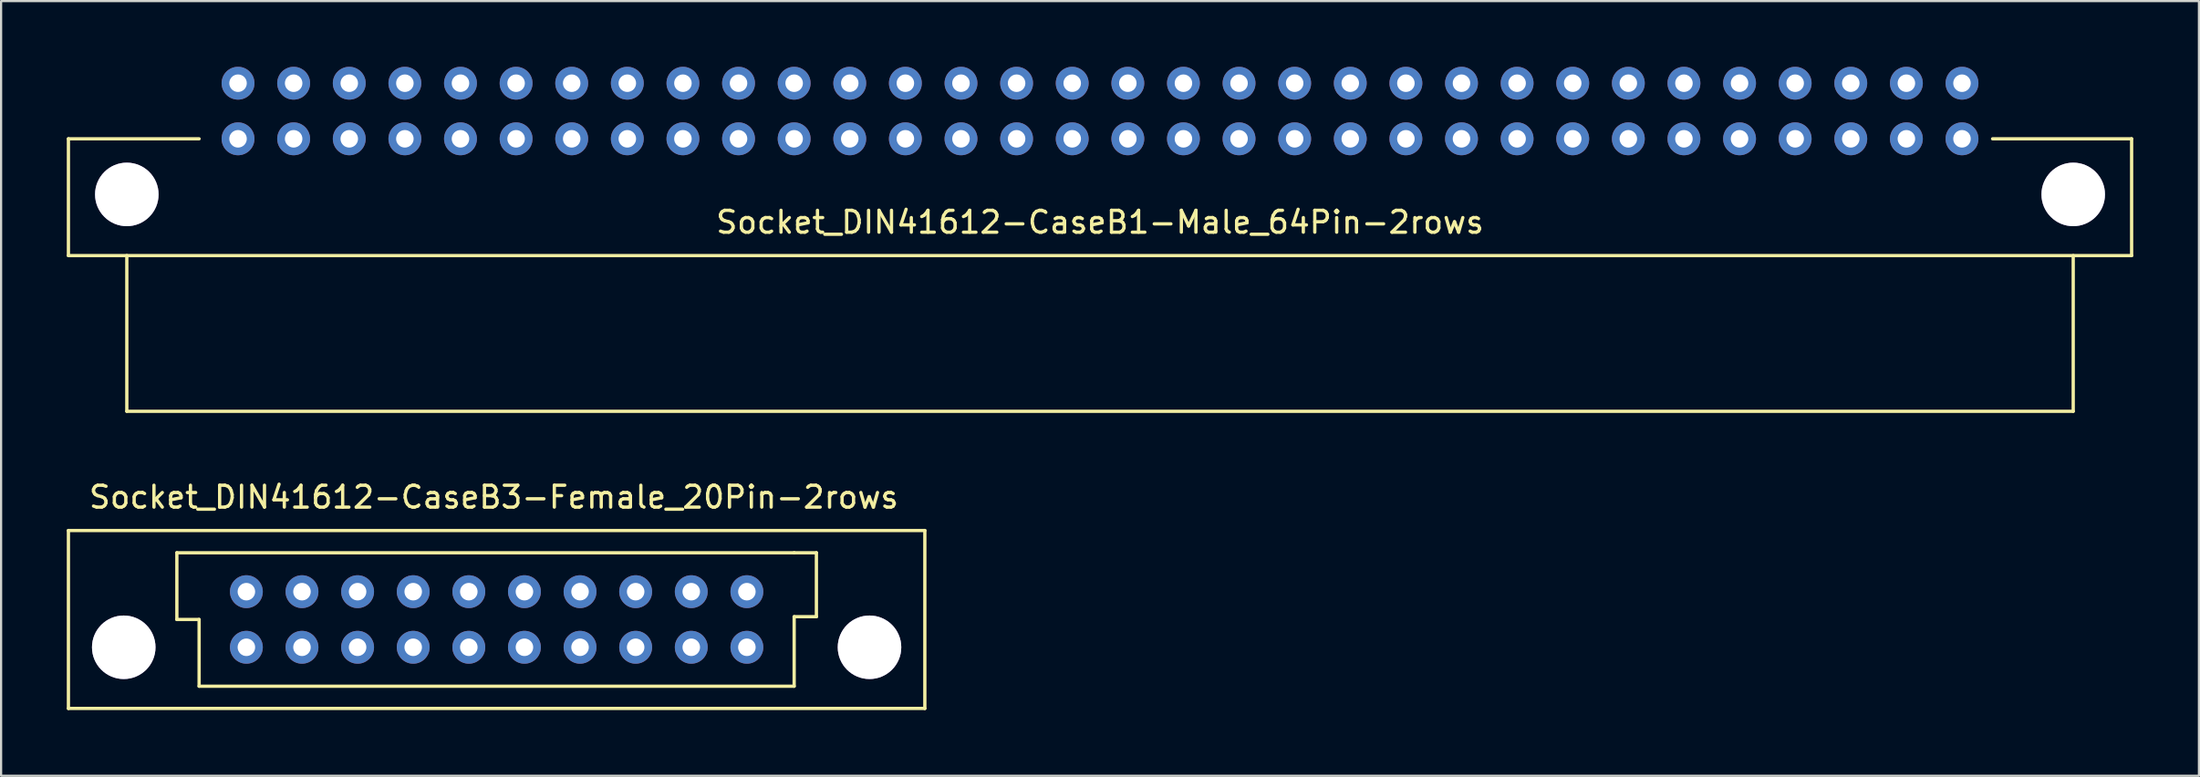
<source format=kicad_pcb>
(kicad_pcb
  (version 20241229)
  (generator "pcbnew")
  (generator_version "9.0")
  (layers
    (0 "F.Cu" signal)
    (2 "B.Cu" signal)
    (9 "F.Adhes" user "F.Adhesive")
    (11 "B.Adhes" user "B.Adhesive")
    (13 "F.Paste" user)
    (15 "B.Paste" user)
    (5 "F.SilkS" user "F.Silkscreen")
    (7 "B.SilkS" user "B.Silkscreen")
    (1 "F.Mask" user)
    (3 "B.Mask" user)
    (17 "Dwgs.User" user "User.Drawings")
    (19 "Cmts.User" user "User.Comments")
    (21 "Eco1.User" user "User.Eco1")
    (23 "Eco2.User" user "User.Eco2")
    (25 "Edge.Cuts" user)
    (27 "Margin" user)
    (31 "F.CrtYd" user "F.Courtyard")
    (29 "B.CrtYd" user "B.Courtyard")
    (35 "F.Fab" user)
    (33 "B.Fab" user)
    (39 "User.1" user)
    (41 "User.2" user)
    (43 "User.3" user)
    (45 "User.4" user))
  (footprint "Socket_DIN41612-CaseB1-Male_64Pin-2rows"
    (layer "F.Cu")
    (at 47.192 2.021)
    (property "Reference" "Socket_DIN41612-CaseB1-Male_64Pin-2rows" (at 0 5.08 0) (layer "F.SilkS") (effects (font (size 1 1) (thickness 0.15))))
    (attr through_hole)
    (fp_line (start -47.117 1.27) (end -41.148 1.27) (stroke (width 0.15) (type solid)) (layer "F.SilkS"))
    (fp_line (start -47.117 6.604) (end -47.117 1.27) (stroke (width 0.15) (type solid)) (layer "F.SilkS"))
    (fp_line (start -44.45 13.716) (end -44.45 6.604) (stroke (width 0.15) (type solid)) (layer "F.SilkS"))
    (fp_line (start 44.45 6.604) (end 44.45 13.716) (stroke (width 0.15) (type solid)) (layer "F.SilkS"))
    (fp_line (start 44.45 13.716) (end -44.45 13.716) (stroke (width 0.15) (type solid)) (layer "F.SilkS"))
    (fp_line (start 47.117 1.27) (end 40.767 1.27) (stroke (width 0.15) (type solid)) (layer "F.SilkS"))
    (fp_line (start 47.117 1.27) (end 47.117 6.604) (stroke (width 0.15) (type solid)) (layer "F.SilkS"))
    (fp_line (start 47.117 6.604) (end -47.117 6.604) (stroke (width 0.15) (type solid)) (layer "F.SilkS"))
    (pad "1" thru_hole circle (at -44.45 3.81) (size 2.901 2.901) (drill 2.901) (layers "*.Cu" "*.Mask"))
    (pad "1" thru_hole circle (at 44.45 3.81) (size 2.901 2.901) (drill 2.901) (layers "*.Cu" "*.Mask"))
    (pad "1a" thru_hole circle (at 39.37 -1.27 180) (size 1.501 1.501) (drill 0.8) (layers "*.Cu" "*.Mask"))
    (pad "1b" thru_hole circle (at 39.37 1.27 180) (size 1.501 1.501) (drill 0.8) (layers "*.Cu" "*.Mask"))
    (pad "2a" thru_hole circle (at 36.83 -1.27 180) (size 1.501 1.501) (drill 0.8) (layers "*.Cu" "*.Mask"))
    (pad "2b" thru_hole circle (at 36.83 1.27 180) (size 1.501 1.501) (drill 0.8) (layers "*.Cu" "*.Mask"))
    (pad "3a" thru_hole circle (at 34.29 -1.27 180) (size 1.501 1.501) (drill 0.8) (layers "*.Cu" "*.Mask"))
    (pad "3b" thru_hole circle (at 34.29 1.27 180) (size 1.501 1.501) (drill 0.8) (layers "*.Cu" "*.Mask"))
    (pad "4a" thru_hole circle (at 31.75 -1.27 180) (size 1.501 1.501) (drill 0.8) (layers "*.Cu" "*.Mask"))
    (pad "4b" thru_hole circle (at 31.75 1.27 180) (size 1.501 1.501) (drill 0.8) (layers "*.Cu" "*.Mask"))
    (pad "5a" thru_hole circle (at 29.21 -1.27 180) (size 1.501 1.501) (drill 0.8) (layers "*.Cu" "*.Mask"))
    (pad "5b" thru_hole circle (at 29.21 1.27 180) (size 1.501 1.501) (drill 0.8) (layers "*.Cu" "*.Mask"))
    (pad "6a" thru_hole circle (at 26.67 -1.27 180) (size 1.501 1.501) (drill 0.8) (layers "*.Cu" "*.Mask"))
    (pad "6b" thru_hole circle (at 26.67 1.27 180) (size 1.501 1.501) (drill 0.8) (layers "*.Cu" "*.Mask"))
    (pad "7a" thru_hole circle (at 24.13 -1.27 180) (size 1.501 1.501) (drill 0.8) (layers "*.Cu" "*.Mask"))
    (pad "7b" thru_hole circle (at 24.13 1.27 180) (size 1.501 1.501) (drill 0.8) (layers "*.Cu" "*.Mask"))
    (pad "8a" thru_hole circle (at 21.59 -1.27 180) (size 1.501 1.501) (drill 0.8) (layers "*.Cu" "*.Mask"))
    (pad "8b" thru_hole circle (at 21.59 1.27 180) (size 1.501 1.501) (drill 0.8) (layers "*.Cu" "*.Mask"))
    (pad "9a" thru_hole circle (at 19.05 -1.27 180) (size 1.501 1.501) (drill 0.8) (layers "*.Cu" "*.Mask"))
    (pad "9b" thru_hole circle (at 19.05 1.27 180) (size 1.501 1.501) (drill 0.8) (layers "*.Cu" "*.Mask"))
    (pad "10a" thru_hole circle (at 16.51 -1.27 180) (size 1.501 1.501) (drill 0.8) (layers "*.Cu" "*.Mask"))
    (pad "10b" thru_hole circle (at 16.51 1.27 180) (size 1.501 1.501) (drill 0.8) (layers "*.Cu" "*.Mask"))
    (pad "11a" thru_hole circle (at 13.97 -1.27 180) (size 1.501 1.501) (drill 0.8) (layers "*.Cu" "*.Mask"))
    (pad "11b" thru_hole circle (at 13.97 1.27 180) (size 1.501 1.501) (drill 0.8) (layers "*.Cu" "*.Mask"))
    (pad "12a" thru_hole circle (at 11.43 -1.27 180) (size 1.501 1.501) (drill 0.8) (layers "*.Cu" "*.Mask"))
    (pad "12b" thru_hole circle (at 11.43 1.27 180) (size 1.501 1.501) (drill 0.8) (layers "*.Cu" "*.Mask"))
    (pad "13a" thru_hole circle (at 8.89 -1.27 180) (size 1.501 1.501) (drill 0.8) (layers "*.Cu" "*.Mask"))
    (pad "13b" thru_hole circle (at 8.89 1.27 180) (size 1.501 1.501) (drill 0.8) (layers "*.Cu" "*.Mask"))
    (pad "14a" thru_hole circle (at 6.35 -1.27 180) (size 1.501 1.501) (drill 0.8) (layers "*.Cu" "*.Mask"))
    (pad "14b" thru_hole circle (at 6.35 1.27 180) (size 1.501 1.501) (drill 0.8) (layers "*.Cu" "*.Mask"))
    (pad "15a" thru_hole circle (at 3.81 -1.27 180) (size 1.501 1.501) (drill 0.8) (layers "*.Cu" "*.Mask"))
    (pad "15b" thru_hole circle (at 3.81 1.27 180) (size 1.501 1.501) (drill 0.8) (layers "*.Cu" "*.Mask"))
    (pad "16a" thru_hole circle (at 1.27 -1.27 180) (size 1.501 1.501) (drill 0.8) (layers "*.Cu" "*.Mask"))
    (pad "16b" thru_hole circle (at 1.27 1.27 180) (size 1.501 1.501) (drill 0.8) (layers "*.Cu" "*.Mask"))
    (pad "17a" thru_hole circle (at -1.27 -1.27 180) (size 1.501 1.501) (drill 0.8) (layers "*.Cu" "*.Mask"))
    (pad "17b" thru_hole circle (at -1.27 1.27 180) (size 1.501 1.501) (drill 0.8) (layers "*.Cu" "*.Mask"))
    (pad "18a" thru_hole circle (at -3.81 -1.27 180) (size 1.501 1.501) (drill 0.8) (layers "*.Cu" "*.Mask"))
    (pad "18b" thru_hole circle (at -3.81 1.27 180) (size 1.501 1.501) (drill 0.8) (layers "*.Cu" "*.Mask"))
    (pad "19a" thru_hole circle (at -6.35 -1.27 180) (size 1.501 1.501) (drill 0.8) (layers "*.Cu" "*.Mask"))
    (pad "19b" thru_hole circle (at -6.35 1.27 180) (size 1.501 1.501) (drill 0.8) (layers "*.Cu" "*.Mask"))
    (pad "20a" thru_hole circle (at -8.89 -1.27 180) (size 1.501 1.501) (drill 0.8) (layers "*.Cu" "*.Mask"))
    (pad "20b" thru_hole circle (at -8.89 1.27 180) (size 1.501 1.501) (drill 0.8) (layers "*.Cu" "*.Mask"))
    (pad "21a" thru_hole circle (at -11.43 -1.27 180) (size 1.501 1.501) (drill 0.8) (layers "*.Cu" "*.Mask"))
    (pad "21b" thru_hole circle (at -11.43 1.27 180) (size 1.501 1.501) (drill 0.8) (layers "*.Cu" "*.Mask"))
    (pad "22a" thru_hole circle (at -13.97 -1.27 180) (size 1.501 1.501) (drill 0.8) (layers "*.Cu" "*.Mask"))
    (pad "22b" thru_hole circle (at -13.97 1.27 180) (size 1.501 1.501) (drill 0.8) (layers "*.Cu" "*.Mask"))
    (pad "23a" thru_hole circle (at -16.51 -1.27 180) (size 1.501 1.501) (drill 0.8) (layers "*.Cu" "*.Mask"))
    (pad "23b" thru_hole circle (at -16.51 1.27 180) (size 1.501 1.501) (drill 0.8) (layers "*.Cu" "*.Mask"))
    (pad "24a" thru_hole circle (at -19.05 -1.27 180) (size 1.501 1.501) (drill 0.8) (layers "*.Cu" "*.Mask"))
    (pad "24b" thru_hole circle (at -19.05 1.27 180) (size 1.501 1.501) (drill 0.8) (layers "*.Cu" "*.Mask"))
    (pad "25a" thru_hole circle (at -21.59 -1.27 180) (size 1.501 1.501) (drill 0.8) (layers "*.Cu" "*.Mask"))
    (pad "25b" thru_hole circle (at -21.59 1.27 180) (size 1.501 1.501) (drill 0.8) (layers "*.Cu" "*.Mask"))
    (pad "26a" thru_hole circle (at -24.13 -1.27 180) (size 1.501 1.501) (drill 0.8) (layers "*.Cu" "*.Mask"))
    (pad "26b" thru_hole circle (at -24.13 1.27 180) (size 1.501 1.501) (drill 0.8) (layers "*.Cu" "*.Mask"))
    (pad "27a" thru_hole circle (at -26.67 -1.27 180) (size 1.501 1.501) (drill 0.8) (layers "*.Cu" "*.Mask"))
    (pad "27b" thru_hole circle (at -26.67 1.27 180) (size 1.501 1.501) (drill 0.8) (layers "*.Cu" "*.Mask"))
    (pad "28a" thru_hole circle (at -29.21 -1.27 180) (size 1.501 1.501) (drill 0.8) (layers "*.Cu" "*.Mask"))
    (pad "28b" thru_hole circle (at -29.21 1.27 180) (size 1.501 1.501) (drill 0.8) (layers "*.Cu" "*.Mask"))
    (pad "29a" thru_hole circle (at -31.75 -1.27 180) (size 1.501 1.501) (drill 0.8) (layers "*.Cu" "*.Mask"))
    (pad "29b" thru_hole circle (at -31.75 1.27 180) (size 1.501 1.501) (drill 0.8) (layers "*.Cu" "*.Mask"))
    (pad "30a" thru_hole circle (at -34.29 -1.27 180) (size 1.501 1.501) (drill 0.8) (layers "*.Cu" "*.Mask"))
    (pad "30b" thru_hole circle (at -34.29 1.27 180) (size 1.501 1.501) (drill 0.8) (layers "*.Cu" "*.Mask"))
    (pad "31a" thru_hole circle (at -36.83 -1.27 180) (size 1.501 1.501) (drill 0.8) (layers "*.Cu" "*.Mask"))
    (pad "31b" thru_hole circle (at -36.83 1.27 180) (size 1.501 1.501) (drill 0.8) (layers "*.Cu" "*.Mask"))
    (pad "32a" thru_hole circle (at -39.37 -1.27 180) (size 1.501 1.501) (drill 0.8) (layers "*.Cu" "*.Mask"))
    (pad "32b" thru_hole circle (at -39.37 1.27 180) (size 1.501 1.501) (drill 0.8) (layers "*.Cu" "*.Mask")))
  (footprint "Socket_DIN41612-CaseB3-Female_20Pin-2rows"
    (layer "F.Cu")
    (at 19.633 25.248)
    (property "Reference" "Socket_DIN41612-CaseB3-Female_20Pin-2rows" (at -0.127 -5.588 0) (layer "F.SilkS") (effects (font (size 1 1) (thickness 0.15))))
    (attr through_hole)
    (fp_line (start -19.558 -4.064) (end -19.558 4.064) (stroke (width 0.15) (type solid)) (layer "F.SilkS"))
    (fp_line (start -19.558 4.064) (end 19.558 4.064) (stroke (width 0.15) (type solid)) (layer "F.SilkS"))
    (fp_line (start -14.605 0) (end -14.605 -3.048) (stroke (width 0.15) (type solid)) (layer "F.SilkS"))
    (fp_line (start -13.589 0) (end -14.605 0) (stroke (width 0.15) (type solid)) (layer "F.SilkS"))
    (fp_line (start -13.589 3.048) (end -13.589 0) (stroke (width 0.15) (type solid)) (layer "F.SilkS"))
    (fp_line (start -13.589 3.048) (end 13.589 3.048) (stroke (width 0.15) (type solid)) (layer "F.SilkS"))
    (fp_line (start 13.589 -3.048) (end -14.605 -3.048) (stroke (width 0.15) (type solid)) (layer "F.SilkS"))
    (fp_line (start 13.589 -0.127) (end 14.605 -0.127) (stroke (width 0.15) (type solid)) (layer "F.SilkS"))
    (fp_line (start 13.589 3.048) (end 13.589 -0.127) (stroke (width 0.15) (type solid)) (layer "F.SilkS"))
    (fp_line (start 14.605 -3.048) (end 13.589 -3.048) (stroke (width 0.15) (type solid)) (layer "F.SilkS"))
    (fp_line (start 14.605 -0.127) (end 14.605 -3.048) (stroke (width 0.15) (type solid)) (layer "F.SilkS"))
    (fp_line (start 19.558 -4.064) (end -19.558 -4.064) (stroke (width 0.15) (type solid)) (layer "F.SilkS"))
    (fp_line (start 19.558 4.064) (end 19.558 -4.064) (stroke (width 0.15) (type solid)) (layer "F.SilkS"))
    (pad "1" thru_hole circle (at -17.031 1.27) (size 2.901 2.901) (drill 2.901) (layers "*.Cu" "*.Mask"))
    (pad "1" thru_hole circle (at 17.031 1.27) (size 2.901 2.901) (drill 2.901) (layers "*.Cu" "*.Mask"))
    (pad "1a" thru_hole circle (at 11.43 -1.27 180) (size 1.501 1.501) (drill 0.8) (layers "*.Cu" "*.Mask"))
    (pad "1b" thru_hole circle (at 11.43 1.27 180) (size 1.501 1.501) (drill 0.8) (layers "*.Cu" "*.Mask"))
    (pad "2a" thru_hole circle (at 8.89 -1.27 180) (size 1.501 1.501) (drill 0.8) (layers "*.Cu" "*.Mask"))
    (pad "2b" thru_hole circle (at 8.89 1.27 180) (size 1.501 1.501) (drill 0.8) (layers "*.Cu" "*.Mask"))
    (pad "3a" thru_hole circle (at 6.35 -1.27 180) (size 1.501 1.501) (drill 0.8) (layers "*.Cu" "*.Mask"))
    (pad "3b" thru_hole circle (at 6.35 1.27 180) (size 1.501 1.501) (drill 0.8) (layers "*.Cu" "*.Mask"))
    (pad "4a" thru_hole circle (at 3.81 -1.27 180) (size 1.501 1.501) (drill 0.8) (layers "*.Cu" "*.Mask"))
    (pad "4b" thru_hole circle (at 3.81 1.27 180) (size 1.501 1.501) (drill 0.8) (layers "*.Cu" "*.Mask"))
    (pad "5a" thru_hole circle (at 1.27 -1.27 180) (size 1.501 1.501) (drill 0.8) (layers "*.Cu" "*.Mask"))
    (pad "5b" thru_hole circle (at 1.27 1.27 180) (size 1.501 1.501) (drill 0.8) (layers "*.Cu" "*.Mask"))
    (pad "6a" thru_hole circle (at -1.27 -1.27 180) (size 1.501 1.501) (drill 0.8) (layers "*.Cu" "*.Mask"))
    (pad "6b" thru_hole circle (at -1.27 1.27 180) (size 1.501 1.501) (drill 0.8) (layers "*.Cu" "*.Mask"))
    (pad "7a" thru_hole circle (at -3.81 -1.27 180) (size 1.501 1.501) (drill 0.8) (layers "*.Cu" "*.Mask"))
    (pad "7b" thru_hole circle (at -3.81 1.27 180) (size 1.501 1.501) (drill 0.8) (layers "*.Cu" "*.Mask"))
    (pad "8a" thru_hole circle (at -6.35 -1.27 180) (size 1.501 1.501) (drill 0.8) (layers "*.Cu" "*.Mask"))
    (pad "8b" thru_hole circle (at -6.35 1.27 180) (size 1.501 1.501) (drill 0.8) (layers "*.Cu" "*.Mask"))
    (pad "9a" thru_hole circle (at -8.89 -1.27 180) (size 1.501 1.501) (drill 0.8) (layers "*.Cu" "*.Mask"))
    (pad "9b" thru_hole circle (at -8.89 1.27 180) (size 1.501 1.501) (drill 0.8) (layers "*.Cu" "*.Mask"))
    (pad "10a" thru_hole circle (at -11.43 -1.27 180) (size 1.501 1.501) (drill 0.8) (layers "*.Cu" "*.Mask"))
    (pad "10b" thru_hole circle (at -11.43 1.27 180) (size 1.501 1.501) (drill 0.8) (layers "*.Cu" "*.Mask")))
  (gr_rect
    (start -3 -3)
    (end 97.384 32.387)
    (stroke (width 0.1) (type default))
    (fill no)
    (layer "Edge.Cuts")))
</source>
